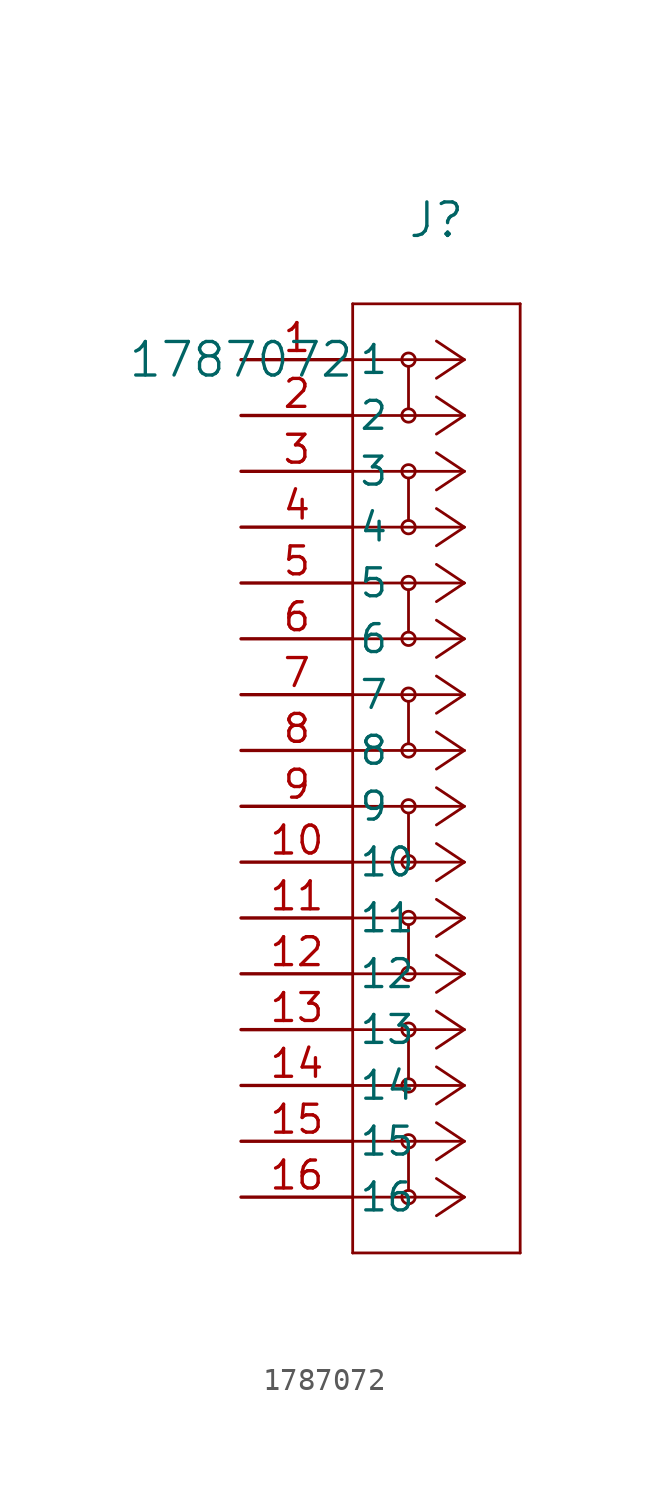
<source format=kicad_sym>
(kicad_symbol_lib
  (version 20211014)
  (generator kicad_symbol_editor)
  (symbol "1787072"
    (pin_names
      (offset 0.254))
    (property "Reference" "J"
      (at 8.89 6.35 0)
      (effects (font (size 1.524 1.524))))
    (property "Value" "1787072"
      (at 0 0 0)
      (effects (font (size 1.524 1.524))))
    (symbol "1787072_0_1"
      (polyline (pts (xy 10.16 0) (xy 5.08 0)) (stroke (width 0.127) (type default) (color 0 0 0 0)) (fill (type none)))
      (polyline (pts (xy 10.16 -2.54) (xy 5.08 -2.54)) (stroke (width 0.127) (type default) (color 0 0 0 0)) (fill (type none)))
      (polyline (pts (xy 10.16 -5.08) (xy 5.08 -5.08)) (stroke (width 0.127) (type default) (color 0 0 0 0)) (fill (type none)))
      (polyline (pts (xy 10.16 -7.62) (xy 5.08 -7.62)) (stroke (width 0.127) (type default) (color 0 0 0 0)) (fill (type none)))
      (polyline (pts (xy 10.16 -10.16) (xy 5.08 -10.16)) (stroke (width 0.127) (type default) (color 0 0 0 0)) (fill (type none)))
      (polyline (pts (xy 10.16 -12.7) (xy 5.08 -12.7)) (stroke (width 0.127) (type default) (color 0 0 0 0)) (fill (type none)))
      (polyline (pts (xy 10.16 -15.24) (xy 5.08 -15.24)) (stroke (width 0.127) (type default) (color 0 0 0 0)) (fill (type none)))
      (polyline (pts (xy 10.16 -17.78) (xy 5.08 -17.78)) (stroke (width 0.127) (type default) (color 0 0 0 0)) (fill (type none)))
      (polyline (pts (xy 10.16 -20.32) (xy 5.08 -20.32)) (stroke (width 0.127) (type default) (color 0 0 0 0)) (fill (type none)))
      (polyline (pts (xy 10.16 -22.86) (xy 5.08 -22.86)) (stroke (width 0.127) (type default) (color 0 0 0 0)) (fill (type none)))
      (polyline (pts (xy 10.16 -25.4) (xy 5.08 -25.4)) (stroke (width 0.127) (type default) (color 0 0 0 0)) (fill (type none)))
      (polyline (pts (xy 10.16 -27.94) (xy 5.08 -27.94)) (stroke (width 0.127) (type default) (color 0 0 0 0)) (fill (type none)))
      (polyline (pts (xy 10.16 -30.48) (xy 5.08 -30.48)) (stroke (width 0.127) (type default) (color 0 0 0 0)) (fill (type none)))
      (polyline (pts (xy 10.16 -33.02) (xy 5.08 -33.02)) (stroke (width 0.127) (type default) (color 0 0 0 0)) (fill (type none)))
      (polyline (pts (xy 10.16 -35.56) (xy 5.08 -35.56)) (stroke (width 0.127) (type default) (color 0 0 0 0)) (fill (type none)))
      (polyline (pts (xy 10.16 -38.1) (xy 5.08 -38.1)) (stroke (width 0.127) (type default) (color 0 0 0 0)) (fill (type none)))
      (polyline (pts (xy 10.16 0) (xy 8.89 0.847)) (stroke (width 0.127) (type default) (color 0 0 0 0)) (fill (type none)))
      (polyline (pts (xy 10.16 -2.54) (xy 8.89 -1.693)) (stroke (width 0.127) (type default) (color 0 0 0 0)) (fill (type none)))
      (polyline (pts (xy 10.16 -5.08) (xy 8.89 -4.233)) (stroke (width 0.127) (type default) (color 0 0 0 0)) (fill (type none)))
      (polyline (pts (xy 10.16 -7.62) (xy 8.89 -6.773)) (stroke (width 0.127) (type default) (color 0 0 0 0)) (fill (type none)))
      (polyline (pts (xy 10.16 -10.16) (xy 8.89 -9.313)) (stroke (width 0.127) (type default) (color 0 0 0 0)) (fill (type none)))
      (polyline (pts (xy 10.16 -12.7) (xy 8.89 -11.853)) (stroke (width 0.127) (type default) (color 0 0 0 0)) (fill (type none)))
      (polyline (pts (xy 10.16 -15.24) (xy 8.89 -14.393)) (stroke (width 0.127) (type default) (color 0 0 0 0)) (fill (type none)))
      (polyline (pts (xy 10.16 -17.78) (xy 8.89 -16.933)) (stroke (width 0.127) (type default) (color 0 0 0 0)) (fill (type none)))
      (polyline (pts (xy 10.16 -20.32) (xy 8.89 -19.473)) (stroke (width 0.127) (type default) (color 0 0 0 0)) (fill (type none)))
      (polyline (pts (xy 10.16 -22.86) (xy 8.89 -22.013)) (stroke (width 0.127) (type default) (color 0 0 0 0)) (fill (type none)))
      (polyline (pts (xy 10.16 -25.4) (xy 8.89 -24.553)) (stroke (width 0.127) (type default) (color 0 0 0 0)) (fill (type none)))
      (polyline (pts (xy 10.16 -27.94) (xy 8.89 -27.093)) (stroke (width 0.127) (type default) (color 0 0 0 0)) (fill (type none)))
      (polyline (pts (xy 10.16 -30.48) (xy 8.89 -29.633)) (stroke (width 0.127) (type default) (color 0 0 0 0)) (fill (type none)))
      (polyline (pts (xy 10.16 -33.02) (xy 8.89 -32.173)) (stroke (width 0.127) (type default) (color 0 0 0 0)) (fill (type none)))
      (polyline (pts (xy 10.16 -35.56) (xy 8.89 -34.713)) (stroke (width 0.127) (type default) (color 0 0 0 0)) (fill (type none)))
      (polyline (pts (xy 10.16 -38.1) (xy 8.89 -37.253)) (stroke (width 0.127) (type default) (color 0 0 0 0)) (fill (type none)))
      (polyline (pts (xy 10.16 0) (xy 8.89 -0.847)) (stroke (width 0.127) (type default) (color 0 0 0 0)) (fill (type none)))
      (polyline (pts (xy 10.16 -2.54) (xy 8.89 -3.387)) (stroke (width 0.127) (type default) (color 0 0 0 0)) (fill (type none)))
      (polyline (pts (xy 10.16 -5.08) (xy 8.89 -5.927)) (stroke (width 0.127) (type default) (color 0 0 0 0)) (fill (type none)))
      (polyline (pts (xy 10.16 -7.62) (xy 8.89 -8.467)) (stroke (width 0.127) (type default) (color 0 0 0 0)) (fill (type none)))
      (polyline (pts (xy 10.16 -10.16) (xy 8.89 -11.007)) (stroke (width 0.127) (type default) (color 0 0 0 0)) (fill (type none)))
      (polyline (pts (xy 10.16 -12.7) (xy 8.89 -13.547)) (stroke (width 0.127) (type default) (color 0 0 0 0)) (fill (type none)))
      (polyline (pts (xy 10.16 -15.24) (xy 8.89 -16.087)) (stroke (width 0.127) (type default) (color 0 0 0 0)) (fill (type none)))
      (polyline (pts (xy 10.16 -17.78) (xy 8.89 -18.627)) (stroke (width 0.127) (type default) (color 0 0 0 0)) (fill (type none)))
      (polyline (pts (xy 10.16 -20.32) (xy 8.89 -21.167)) (stroke (width 0.127) (type default) (color 0 0 0 0)) (fill (type none)))
      (polyline (pts (xy 10.16 -22.86) (xy 8.89 -23.707)) (stroke (width 0.127) (type default) (color 0 0 0 0)) (fill (type none)))
      (polyline (pts (xy 10.16 -25.4) (xy 8.89 -26.247)) (stroke (width 0.127) (type default) (color 0 0 0 0)) (fill (type none)))
      (polyline (pts (xy 10.16 -27.94) (xy 8.89 -28.787)) (stroke (width 0.127) (type default) (color 0 0 0 0)) (fill (type none)))
      (polyline (pts (xy 10.16 -30.48) (xy 8.89 -31.327)) (stroke (width 0.127) (type default) (color 0 0 0 0)) (fill (type none)))
      (polyline (pts (xy 10.16 -33.02) (xy 8.89 -33.867)) (stroke (width 0.127) (type default) (color 0 0 0 0)) (fill (type none)))
      (polyline (pts (xy 10.16 -35.56) (xy 8.89 -36.407)) (stroke (width 0.127) (type default) (color 0 0 0 0)) (fill (type none)))
      (polyline (pts (xy 10.16 -38.1) (xy 8.89 -38.947)) (stroke (width 0.127) (type default) (color 0 0 0 0)) (fill (type none)))
      (polyline (pts (xy 5.08 2.54) (xy 5.08 -40.64)) (stroke (width 0.127) (type default) (color 0 0 0 0)) (fill (type none)))
      (polyline (pts (xy 5.08 -40.64) (xy 12.7 -40.64)) (stroke (width 0.127) (type default) (color 0 0 0 0)) (fill (type none)))
      (polyline (pts (xy 12.7 -40.64) (xy 12.7 2.54)) (stroke (width 0.127) (type default) (color 0 0 0 0)) (fill (type none)))
      (polyline (pts (xy 12.7 2.54) (xy 5.08 2.54)) (stroke (width 0.127) (type default) (color 0 0 0 0)) (fill (type none)))
      (circle (center 7.62 -35.56) (radius 0.305) (stroke (width 0.127) (type default) (color 0 0 0 0)) (fill (type none)))
      (circle (center 7.62 -38.1) (radius 0.305) (stroke (width 0.127) (type default) (color 0 0 0 0)) (fill (type none)))
      (polyline (pts (xy 7.62 -35.877) (xy 7.62 -37.782)) (stroke (width 0.127) (type default) (color 0 0 0 0)) (fill (type none)))
      (circle (center 7.62 0) (radius 0.305) (stroke (width 0.127) (type default) (color 0 0 0 0)) (fill (type none)))
      (circle (center 7.62 -2.54) (radius 0.305) (stroke (width 0.127) (type default) (color 0 0 0 0)) (fill (type none)))
      (polyline (pts (xy 7.62 -0.318) (xy 7.62 -2.223)) (stroke (width 0.127) (type default) (color 0 0 0 0)) (fill (type none)))
      (circle (center 7.62 -5.08) (radius 0.305) (stroke (width 0.127) (type default) (color 0 0 0 0)) (fill (type none)))
      (circle (center 7.62 -7.62) (radius 0.305) (stroke (width 0.127) (type default) (color 0 0 0 0)) (fill (type none)))
      (polyline (pts (xy 7.62 -5.397) (xy 7.62 -7.303)) (stroke (width 0.127) (type default) (color 0 0 0 0)) (fill (type none)))
      (circle (center 7.62 -10.16) (radius 0.305) (stroke (width 0.127) (type default) (color 0 0 0 0)) (fill (type none)))
      (circle (center 7.62 -12.7) (radius 0.305) (stroke (width 0.127) (type default) (color 0 0 0 0)) (fill (type none)))
      (polyline (pts (xy 7.62 -10.477) (xy 7.62 -12.383)) (stroke (width 0.127) (type default) (color 0 0 0 0)) (fill (type none)))
      (circle (center 7.62 -15.24) (radius 0.305) (stroke (width 0.127) (type default) (color 0 0 0 0)) (fill (type none)))
      (circle (center 7.62 -17.78) (radius 0.305) (stroke (width 0.127) (type default) (color 0 0 0 0)) (fill (type none)))
      (polyline (pts (xy 7.62 -15.557) (xy 7.62 -17.462)) (stroke (width 0.127) (type default) (color 0 0 0 0)) (fill (type none)))
      (circle (center 7.62 -20.32) (radius 0.305) (stroke (width 0.127) (type default) (color 0 0 0 0)) (fill (type none)))
      (circle (center 7.62 -22.86) (radius 0.305) (stroke (width 0.127) (type default) (color 0 0 0 0)) (fill (type none)))
      (polyline (pts (xy 7.62 -20.637) (xy 7.62 -22.543)) (stroke (width 0.127) (type default) (color 0 0 0 0)) (fill (type none)))
      (circle (center 7.62 -25.4) (radius 0.305) (stroke (width 0.127) (type default) (color 0 0 0 0)) (fill (type none)))
      (circle (center 7.62 -27.94) (radius 0.305) (stroke (width 0.127) (type default) (color 0 0 0 0)) (fill (type none)))
      (polyline (pts (xy 7.62 -25.718) (xy 7.62 -27.622)) (stroke (width 0.127) (type default) (color 0 0 0 0)) (fill (type none)))
      (circle (center 7.62 -30.48) (radius 0.305) (stroke (width 0.127) (type default) (color 0 0 0 0)) (fill (type none)))
      (circle (center 7.62 -33.02) (radius 0.305) (stroke (width 0.127) (type default) (color 0 0 0 0)) (fill (type none)))
      (polyline (pts (xy 7.62 -30.797) (xy 7.62 -32.703)) (stroke (width 0.127) (type default) (color 0 0 0 0)) (fill (type none)))
      (pin unspecified line (at 0 0 0) (length 5.08) (name "1" (effects (font (size 1.27 1.27)))) (number "1" (effects (font (size 1.27 1.27)))))
      (pin unspecified line (at 0 -2.54 0) (length 5.08) (name "2" (effects (font (size 1.27 1.27)))) (number "2" (effects (font (size 1.27 1.27)))))
      (pin unspecified line (at 0 -5.08 0) (length 5.08) (name "3" (effects (font (size 1.27 1.27)))) (number "3" (effects (font (size 1.27 1.27)))))
      (pin unspecified line (at 0 -7.62 0) (length 5.08) (name "4" (effects (font (size 1.27 1.27)))) (number "4" (effects (font (size 1.27 1.27)))))
      (pin unspecified line (at 0 -10.16 0) (length 5.08) (name "5" (effects (font (size 1.27 1.27)))) (number "5" (effects (font (size 1.27 1.27)))))
      (pin unspecified line (at 0 -12.7 0) (length 5.08) (name "6" (effects (font (size 1.27 1.27)))) (number "6" (effects (font (size 1.27 1.27)))))
      (pin unspecified line (at 0 -15.24 0) (length 5.08) (name "7" (effects (font (size 1.27 1.27)))) (number "7" (effects (font (size 1.27 1.27)))))
      (pin unspecified line (at 0 -17.78 0) (length 5.08) (name "8" (effects (font (size 1.27 1.27)))) (number "8" (effects (font (size 1.27 1.27)))))
      (pin unspecified line (at 0 -20.32 0) (length 5.08) (name "9" (effects (font (size 1.27 1.27)))) (number "9" (effects (font (size 1.27 1.27)))))
      (pin unspecified line (at 0 -22.86 0) (length 5.08) (name "10" (effects (font (size 1.27 1.27)))) (number "10" (effects (font (size 1.27 1.27)))))
      (pin unspecified line (at 0 -25.4 0) (length 5.08) (name "11" (effects (font (size 1.27 1.27)))) (number "11" (effects (font (size 1.27 1.27)))))
      (pin unspecified line (at 0 -27.94 0) (length 5.08) (name "12" (effects (font (size 1.27 1.27)))) (number "12" (effects (font (size 1.27 1.27)))))
      (pin unspecified line (at 0 -30.48 0) (length 5.08) (name "13" (effects (font (size 1.27 1.27)))) (number "13" (effects (font (size 1.27 1.27)))))
      (pin unspecified line (at 0 -33.02 0) (length 5.08) (name "14" (effects (font (size 1.27 1.27)))) (number "14" (effects (font (size 1.27 1.27)))))
      (pin unspecified line (at 0 -35.56 0) (length 5.08) (name "15" (effects (font (size 1.27 1.27)))) (number "15" (effects (font (size 1.27 1.27)))))
      (pin unspecified line (at 0 -38.1 0) (length 5.08) (name "16" (effects (font (size 1.27 1.27)))) (number "16" (effects (font (size 1.27 1.27))))))))
</source>
